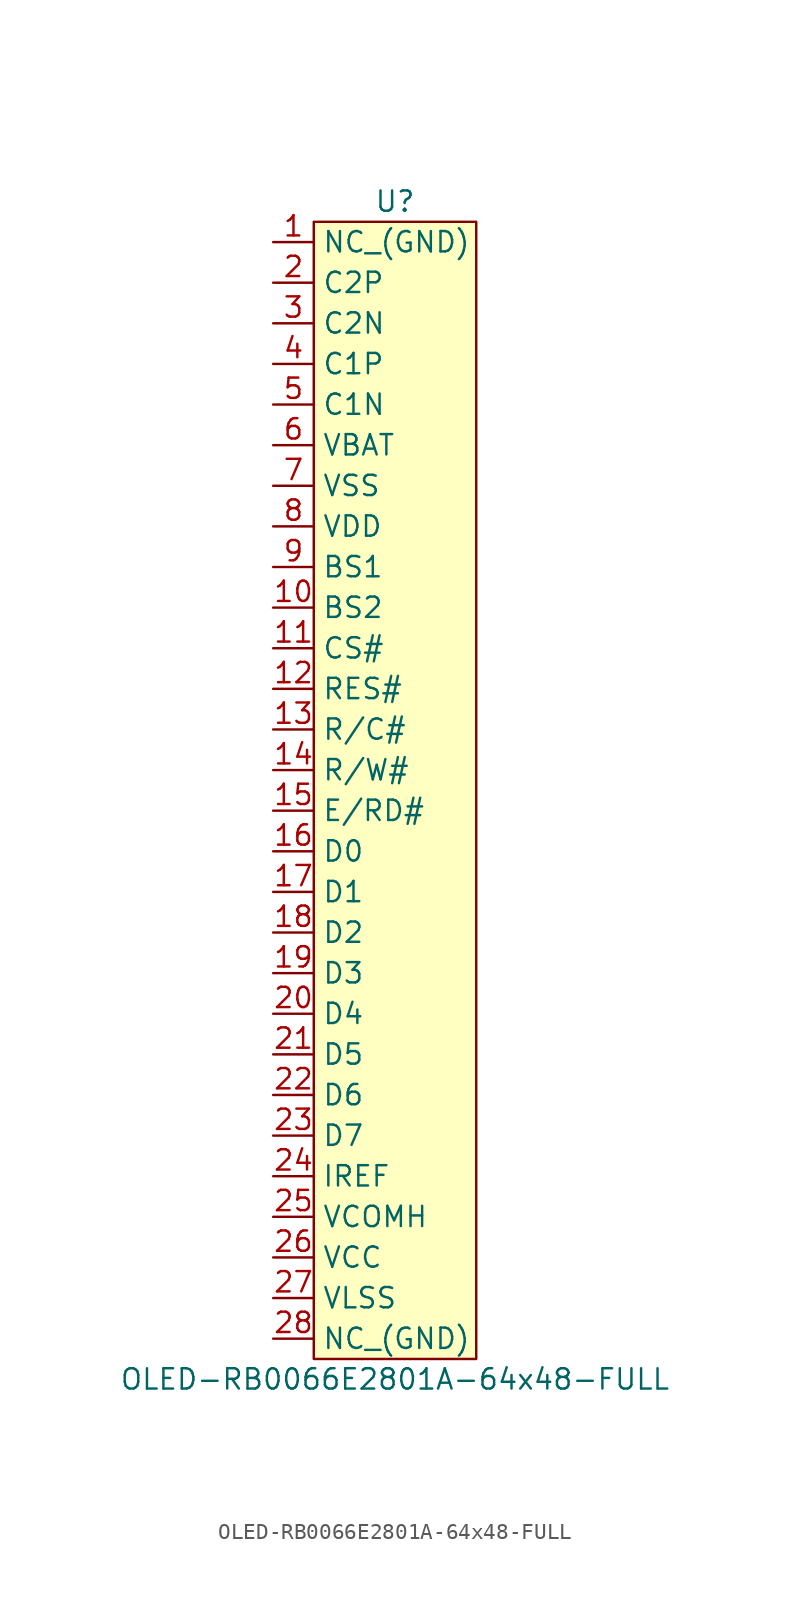
<source format=kicad_sym>
(kicad_symbol_lib
  (version 20211014)
  (generator kicad_symbol_editor)
  (symbol "OLED-RB0066E2801A-64x48-FULL"
    (property "Reference" "U"
      (at 0 36.83 0)
      (effects (font (size 1.27 1.27))))
    (property "Value" "OLED-RB0066E2801A-64x48-FULL"
      (at 0 -36.83 0)
      (effects (font (size 1.27 1.27))))
    (symbol "OLED-RB0066E2801A-64x48-FULL_0_1"
      (rectangle (start -5.08 35.56) (end 5.08 -35.56) (stroke (width 0.152) (type default) (color 0 0 0 0)) (fill (type background))))
    (symbol "OLED-RB0066E2801A-64x48-FULL_1_1"
      (pin bidirectional line (at -7.62 34.29 0) (length 2.54) (name "NC_(GND)" (effects (font (size 1.27 1.27)))) (number "1" (effects (font (size 1.27 1.27)))))
      (pin bidirectional line (at -7.62 11.43 0) (length 2.54) (name "BS2" (effects (font (size 1.27 1.27)))) (number "10" (effects (font (size 1.27 1.27)))))
      (pin bidirectional line (at -7.62 8.89 0) (length 2.54) (name "CS#" (effects (font (size 1.27 1.27)))) (number "11" (effects (font (size 1.27 1.27)))))
      (pin bidirectional line (at -7.62 6.35 0) (length 2.54) (name "RES#" (effects (font (size 1.27 1.27)))) (number "12" (effects (font (size 1.27 1.27)))))
      (pin bidirectional line (at -7.62 3.81 0) (length 2.54) (name "R/C#" (effects (font (size 1.27 1.27)))) (number "13" (effects (font (size 1.27 1.27)))))
      (pin bidirectional line (at -7.62 1.27 0) (length 2.54) (name "R/W#" (effects (font (size 1.27 1.27)))) (number "14" (effects (font (size 1.27 1.27)))))
      (pin bidirectional line (at -7.62 -1.27 0) (length 2.54) (name "E/RD#" (effects (font (size 1.27 1.27)))) (number "15" (effects (font (size 1.27 1.27)))))
      (pin bidirectional line (at -7.62 -3.81 0) (length 2.54) (name "D0" (effects (font (size 1.27 1.27)))) (number "16" (effects (font (size 1.27 1.27)))))
      (pin bidirectional line (at -7.62 -6.35 0) (length 2.54) (name "D1" (effects (font (size 1.27 1.27)))) (number "17" (effects (font (size 1.27 1.27)))))
      (pin bidirectional line (at -7.62 -8.89 0) (length 2.54) (name "D2" (effects (font (size 1.27 1.27)))) (number "18" (effects (font (size 1.27 1.27)))))
      (pin bidirectional line (at -7.62 -11.43 0) (length 2.54) (name "D3" (effects (font (size 1.27 1.27)))) (number "19" (effects (font (size 1.27 1.27)))))
      (pin bidirectional line (at -7.62 31.75 0) (length 2.54) (name "C2P" (effects (font (size 1.27 1.27)))) (number "2" (effects (font (size 1.27 1.27)))))
      (pin bidirectional line (at -7.62 -13.97 0) (length 2.54) (name "D4" (effects (font (size 1.27 1.27)))) (number "20" (effects (font (size 1.27 1.27)))))
      (pin bidirectional line (at -7.62 -16.51 0) (length 2.54) (name "D5" (effects (font (size 1.27 1.27)))) (number "21" (effects (font (size 1.27 1.27)))))
      (pin bidirectional line (at -7.62 -19.05 0) (length 2.54) (name "D6" (effects (font (size 1.27 1.27)))) (number "22" (effects (font (size 1.27 1.27)))))
      (pin bidirectional line (at -7.62 -21.59 0) (length 2.54) (name "D7" (effects (font (size 1.27 1.27)))) (number "23" (effects (font (size 1.27 1.27)))))
      (pin bidirectional line (at -7.62 -24.13 0) (length 2.54) (name "IREF" (effects (font (size 1.27 1.27)))) (number "24" (effects (font (size 1.27 1.27)))))
      (pin bidirectional line (at -7.62 -26.67 0) (length 2.54) (name "VCOMH" (effects (font (size 1.27 1.27)))) (number "25" (effects (font (size 1.27 1.27)))))
      (pin bidirectional line (at -7.62 -29.21 0) (length 2.54) (name "VCC" (effects (font (size 1.27 1.27)))) (number "26" (effects (font (size 1.27 1.27)))))
      (pin bidirectional line (at -7.62 -31.75 0) (length 2.54) (name "VLSS" (effects (font (size 1.27 1.27)))) (number "27" (effects (font (size 1.27 1.27)))))
      (pin bidirectional line (at -7.62 -34.29 0) (length 2.54) (name "NC_(GND)" (effects (font (size 1.27 1.27)))) (number "28" (effects (font (size 1.27 1.27)))))
      (pin bidirectional line (at -7.62 29.21 0) (length 2.54) (name "C2N" (effects (font (size 1.27 1.27)))) (number "3" (effects (font (size 1.27 1.27)))))
      (pin bidirectional line (at -7.62 26.67 0) (length 2.54) (name "C1P" (effects (font (size 1.27 1.27)))) (number "4" (effects (font (size 1.27 1.27)))))
      (pin bidirectional line (at -7.62 24.13 0) (length 2.54) (name "C1N" (effects (font (size 1.27 1.27)))) (number "5" (effects (font (size 1.27 1.27)))))
      (pin bidirectional line (at -7.62 21.59 0) (length 2.54) (name "VBAT" (effects (font (size 1.27 1.27)))) (number "6" (effects (font (size 1.27 1.27)))))
      (pin bidirectional line (at -7.62 19.05 0) (length 2.54) (name "VSS" (effects (font (size 1.27 1.27)))) (number "7" (effects (font (size 1.27 1.27)))))
      (pin bidirectional line (at -7.62 16.51 0) (length 2.54) (name "VDD" (effects (font (size 1.27 1.27)))) (number "8" (effects (font (size 1.27 1.27)))))
      (pin bidirectional line (at -7.62 13.97 0) (length 2.54) (name "BS1" (effects (font (size 1.27 1.27)))) (number "9" (effects (font (size 1.27 1.27))))))))
</source>
